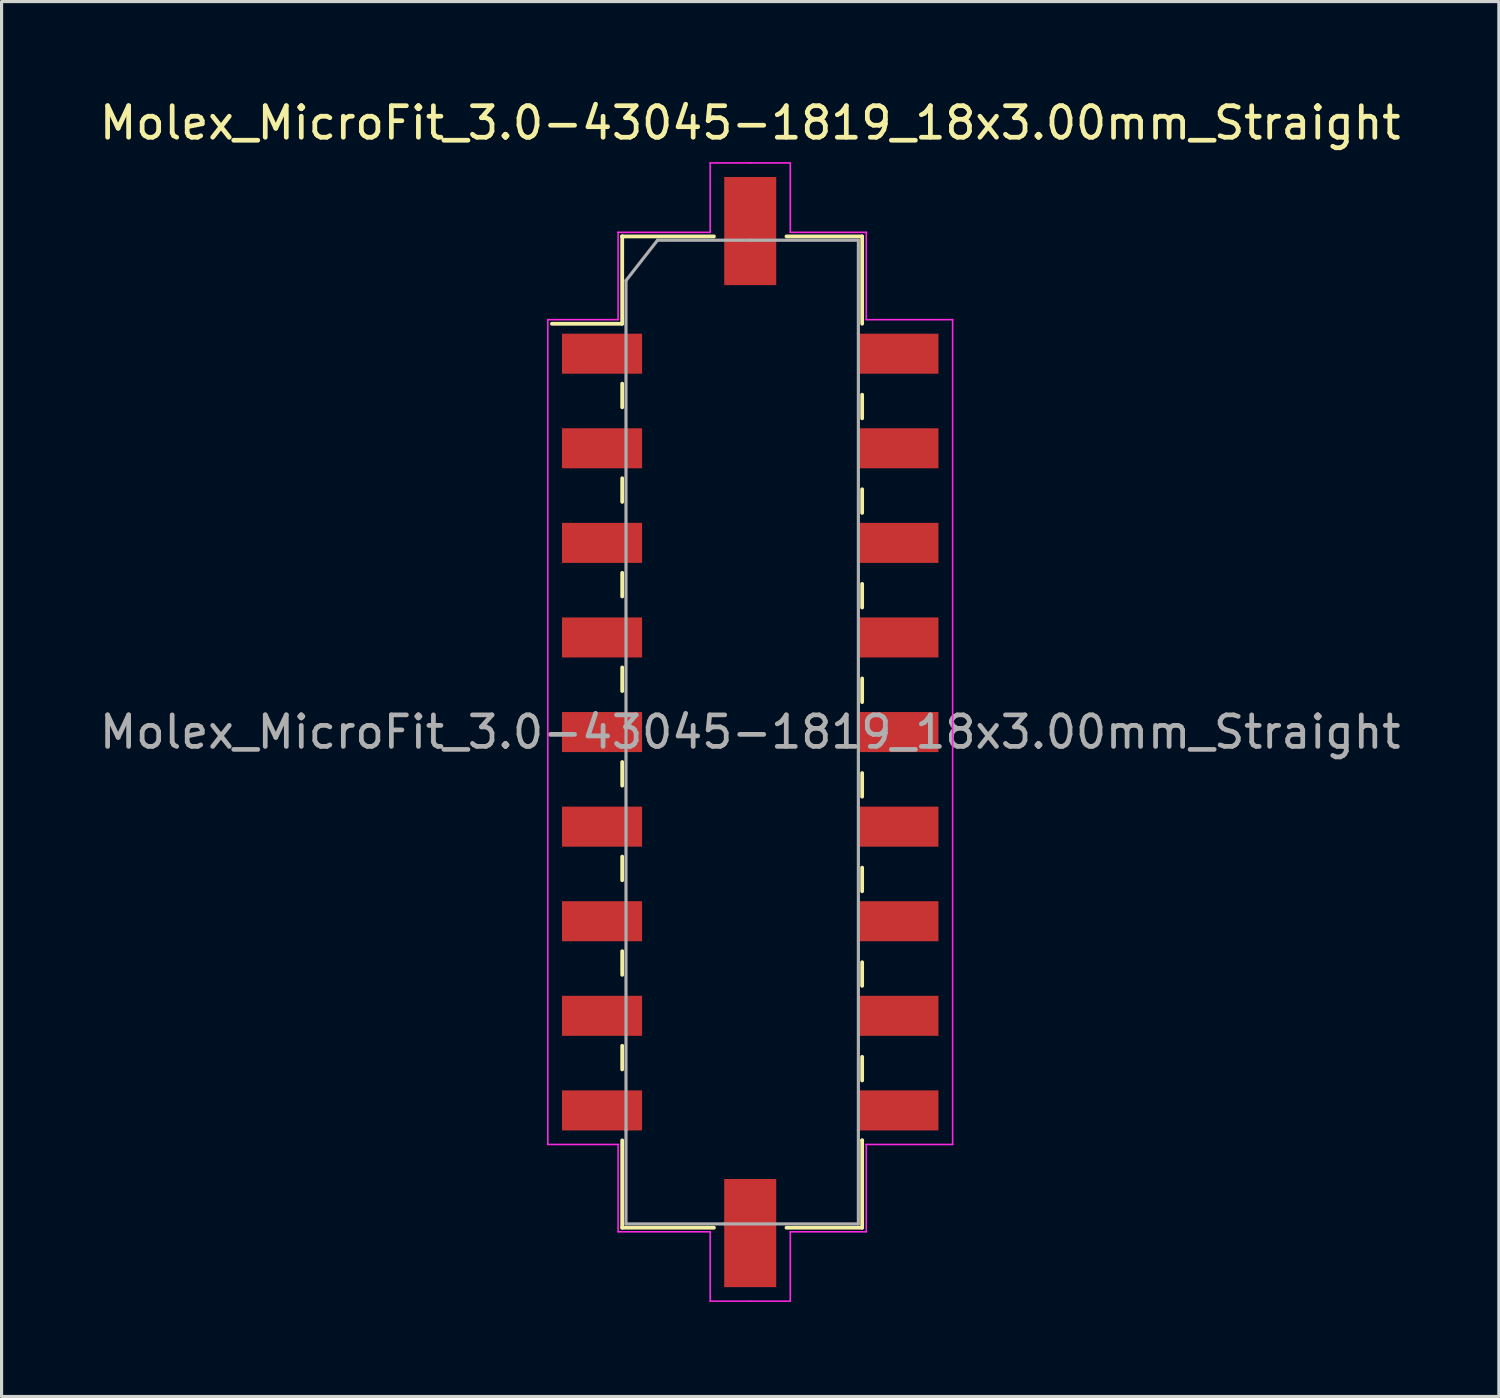
<source format=kicad_pcb>
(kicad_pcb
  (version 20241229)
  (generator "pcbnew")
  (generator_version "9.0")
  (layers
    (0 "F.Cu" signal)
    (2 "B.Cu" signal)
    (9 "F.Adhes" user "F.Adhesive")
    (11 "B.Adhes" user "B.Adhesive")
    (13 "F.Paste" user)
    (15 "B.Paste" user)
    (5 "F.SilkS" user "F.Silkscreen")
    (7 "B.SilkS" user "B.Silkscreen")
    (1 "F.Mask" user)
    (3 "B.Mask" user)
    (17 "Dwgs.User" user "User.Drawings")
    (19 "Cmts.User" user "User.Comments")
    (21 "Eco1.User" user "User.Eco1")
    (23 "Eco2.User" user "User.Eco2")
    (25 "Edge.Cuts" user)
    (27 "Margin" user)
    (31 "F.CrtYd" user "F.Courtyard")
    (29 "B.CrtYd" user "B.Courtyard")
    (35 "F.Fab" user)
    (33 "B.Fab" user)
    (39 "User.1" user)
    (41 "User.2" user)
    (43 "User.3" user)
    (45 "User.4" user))
  (footprint "Molex_MicroFit_3.0-43045-1819_18x3.00mm_Straight"
    (layer "F.Cu")
    (at 20.744 20.168)
    (property "Reference" "Molex_MicroFit_3.0-43045-1819_18x3.00mm_Straight" (at 0 -19.32 0) (layer "F.SilkS") (effects (font (size 1 1) (thickness 0.15))))
    (attr smd)
    (fp_line (start -6.29 -12.95) (end -4.06 -12.95) (stroke (width 0.12) (type solid)) (layer "F.SilkS"))
    (fp_line (start -4.06 -15.72) (end -4.06 -15.72) (stroke (width 0.12) (type solid)) (layer "F.SilkS"))
    (fp_line (start -4.06 -15.72) (end -1.15 -15.72) (stroke (width 0.12) (type solid)) (layer "F.SilkS"))
    (fp_line (start -4.06 -12.95) (end -4.06 -15.72) (stroke (width 0.12) (type solid)) (layer "F.SilkS"))
    (fp_line (start -4.06 -11.05) (end -4.06 -10.3) (stroke (width 0.12) (type solid)) (layer "F.SilkS"))
    (fp_line (start -4.06 -8.05) (end -4.06 -7.3) (stroke (width 0.12) (type solid)) (layer "F.SilkS"))
    (fp_line (start -4.06 -5.05) (end -4.06 -4.3) (stroke (width 0.12) (type solid)) (layer "F.SilkS"))
    (fp_line (start -4.06 -2.05) (end -4.06 -1.3) (stroke (width 0.12) (type solid)) (layer "F.SilkS"))
    (fp_line (start -4.06 0.95) (end -4.06 1.7) (stroke (width 0.12) (type solid)) (layer "F.SilkS"))
    (fp_line (start -4.06 3.95) (end -4.06 4.7) (stroke (width 0.12) (type solid)) (layer "F.SilkS"))
    (fp_line (start -4.06 6.95) (end -4.06 7.7) (stroke (width 0.12) (type solid)) (layer "F.SilkS"))
    (fp_line (start -4.06 9.95) (end -4.06 10.7) (stroke (width 0.12) (type solid)) (layer "F.SilkS"))
    (fp_line (start -4.06 15.72) (end -4.06 12.95) (stroke (width 0.12) (type solid)) (layer "F.SilkS"))
    (fp_line (start -1.15 15.72) (end -4.06 15.72) (stroke (width 0.12) (type solid)) (layer "F.SilkS"))
    (fp_line (start 1.15 -15.72) (end 3.55 -15.72) (stroke (width 0.12) (type solid)) (layer "F.SilkS"))
    (fp_line (start 3.55 -15.72) (end 3.55 -12.95) (stroke (width 0.12) (type solid)) (layer "F.SilkS"))
    (fp_line (start 3.55 -9.95) (end 3.55 -10.7) (stroke (width 0.12) (type solid)) (layer "F.SilkS"))
    (fp_line (start 3.55 -6.95) (end 3.55 -7.7) (stroke (width 0.12) (type solid)) (layer "F.SilkS"))
    (fp_line (start 3.55 -3.95) (end 3.55 -4.7) (stroke (width 0.12) (type solid)) (layer "F.SilkS"))
    (fp_line (start 3.55 -0.95) (end 3.55 -1.7) (stroke (width 0.12) (type solid)) (layer "F.SilkS"))
    (fp_line (start 3.55 2.05) (end 3.55 1.3) (stroke (width 0.12) (type solid)) (layer "F.SilkS"))
    (fp_line (start 3.55 5.05) (end 3.55 4.3) (stroke (width 0.12) (type solid)) (layer "F.SilkS"))
    (fp_line (start 3.55 8.05) (end 3.55 7.3) (stroke (width 0.12) (type solid)) (layer "F.SilkS"))
    (fp_line (start 3.55 11.05) (end 3.55 10.3) (stroke (width 0.12) (type solid)) (layer "F.SilkS"))
    (fp_line (start 3.55 12.95) (end 3.55 12.95) (stroke (width 0.12) (type solid)) (layer "F.SilkS"))
    (fp_line (start 3.55 12.95) (end 3.55 15.72) (stroke (width 0.12) (type solid)) (layer "F.SilkS"))
    (fp_line (start 3.55 15.72) (end 1.15 15.72) (stroke (width 0.12) (type solid)) (layer "F.SilkS"))
    (fp_line (start -6.42 -13.08) (end -4.19 -13.08) (stroke (width 0.05) (type solid)) (layer "F.CrtYd"))
    (fp_line (start -6.42 13.08) (end -6.42 -13.08) (stroke (width 0.05) (type solid)) (layer "F.CrtYd"))
    (fp_line (start -4.19 -15.85) (end -4.19 -15.85) (stroke (width 0.05) (type solid)) (layer "F.CrtYd"))
    (fp_line (start -4.19 -15.85) (end -1.27 -15.85) (stroke (width 0.05) (type solid)) (layer "F.CrtYd"))
    (fp_line (start -4.19 -13.08) (end -4.19 -15.85) (stroke (width 0.05) (type solid)) (layer "F.CrtYd"))
    (fp_line (start -4.19 13.08) (end -6.42 13.08) (stroke (width 0.05) (type solid)) (layer "F.CrtYd"))
    (fp_line (start -4.19 15.85) (end -4.19 13.08) (stroke (width 0.05) (type solid)) (layer "F.CrtYd"))
    (fp_line (start -1.27 -18.05) (end 0 -18.05) (stroke (width 0.05) (type solid)) (layer "F.CrtYd"))
    (fp_line (start -1.27 -15.85) (end -1.27 -18.05) (stroke (width 0.05) (type solid)) (layer "F.CrtYd"))
    (fp_line (start -1.27 15.85) (end -4.19 15.85) (stroke (width 0.05) (type solid)) (layer "F.CrtYd"))
    (fp_line (start -1.27 18.05) (end -1.27 15.85) (stroke (width 0.05) (type solid)) (layer "F.CrtYd"))
    (fp_line (start 0 -18.05) (end 1.27 -18.05) (stroke (width 0.05) (type solid)) (layer "F.CrtYd"))
    (fp_line (start 0 18.05) (end -1.27 18.05) (stroke (width 0.05) (type solid)) (layer "F.CrtYd"))
    (fp_line (start 1.27 -18.05) (end 1.27 -15.85) (stroke (width 0.05) (type solid)) (layer "F.CrtYd"))
    (fp_line (start 1.27 -15.85) (end 3.68 -15.85) (stroke (width 0.05) (type solid)) (layer "F.CrtYd"))
    (fp_line (start 1.27 15.85) (end 1.27 18.05) (stroke (width 0.05) (type solid)) (layer "F.CrtYd"))
    (fp_line (start 1.27 18.05) (end 0 18.05) (stroke (width 0.05) (type solid)) (layer "F.CrtYd"))
    (fp_line (start 3.68 -15.85) (end 3.68 -13.08) (stroke (width 0.05) (type solid)) (layer "F.CrtYd"))
    (fp_line (start 3.68 -13.08) (end 6.42 -13.08) (stroke (width 0.05) (type solid)) (layer "F.CrtYd"))
    (fp_line (start 3.68 13.08) (end 3.68 13.08) (stroke (width 0.05) (type solid)) (layer "F.CrtYd"))
    (fp_line (start 3.68 13.08) (end 3.68 15.85) (stroke (width 0.05) (type solid)) (layer "F.CrtYd"))
    (fp_line (start 3.68 15.85) (end 1.27 15.85) (stroke (width 0.05) (type solid)) (layer "F.CrtYd"))
    (fp_line (start 6.42 -13.08) (end 6.42 13.08) (stroke (width 0.05) (type solid)) (layer "F.CrtYd"))
    (fp_line (start 6.42 13.08) (end 3.68 13.08) (stroke (width 0.05) (type solid)) (layer "F.CrtYd"))
    (fp_line (start -3.94 -14.32) (end -2.94 -15.6) (stroke (width 0.1) (type solid)) (layer "F.Fab"))
    (fp_line (start -3.94 12.63) (end -3.94 -14.32) (stroke (width 0.1) (type solid)) (layer "F.Fab"))
    (fp_line (start -3.94 15.6) (end -3.94 12.63) (stroke (width 0.1) (type solid)) (layer "F.Fab"))
    (fp_line (start -2.94 -15.6) (end 0 -15.6) (stroke (width 0.1) (type solid)) (layer "F.Fab"))
    (fp_line (start -0.82 15.6) (end -3.94 15.6) (stroke (width 0.1) (type solid)) (layer "F.Fab"))
    (fp_line (start 0 -15.6) (end 3.43 -15.6) (stroke (width 0.1) (type solid)) (layer "F.Fab"))
    (fp_line (start 3.43 -15.6) (end 3.43 -12.63) (stroke (width 0.1) (type solid)) (layer "F.Fab"))
    (fp_line (start 3.43 -12.63) (end 3.43 12.63) (stroke (width 0.1) (type solid)) (layer "F.Fab"))
    (fp_line (start 3.43 12.63) (end 3.43 15.6) (stroke (width 0.1) (type solid)) (layer "F.Fab"))
    (fp_line (start 3.43 15.6) (end -0.82 15.6) (stroke (width 0.1) (type solid)) (layer "F.Fab"))
    (fp_text user "${REFERENCE}" (at 0 0 0) (layer "F.Fab") (effects (font (size 1 1) (thickness 0.15))))
    (pad "" smd rect (at 0 -15.89) (size 1.65 3.43) (layers "F.Cu" "F.Mask" "F.Paste"))
    (pad "" smd rect (at 0 15.89) (size 1.65 3.43) (layers "F.Cu" "F.Mask" "F.Paste"))
    (pad "1" smd rect (at -4.7 -12) (size 2.54 1.27) (layers "F.Cu" "F.Mask" "F.Paste"))
    (pad "2" smd rect (at -4.7 -9) (size 2.54 1.27) (layers "F.Cu" "F.Mask" "F.Paste"))
    (pad "3" smd rect (at -4.7 -6) (size 2.54 1.27) (layers "F.Cu" "F.Mask" "F.Paste"))
    (pad "4" smd rect (at -4.7 -3) (size 2.54 1.27) (layers "F.Cu" "F.Mask" "F.Paste"))
    (pad "5" smd rect (at -4.7 0) (size 2.54 1.27) (layers "F.Cu" "F.Mask" "F.Paste"))
    (pad "6" smd rect (at -4.7 3) (size 2.54 1.27) (layers "F.Cu" "F.Mask" "F.Paste"))
    (pad "7" smd rect (at -4.7 6) (size 2.54 1.27) (layers "F.Cu" "F.Mask" "F.Paste"))
    (pad "8" smd rect (at -4.7 9) (size 2.54 1.27) (layers "F.Cu" "F.Mask" "F.Paste"))
    (pad "9" smd rect (at -4.7 12) (size 2.54 1.27) (layers "F.Cu" "F.Mask" "F.Paste"))
    (pad "10" smd rect (at 4.7 12) (size 2.54 1.27) (layers "F.Cu" "F.Mask" "F.Paste"))
    (pad "11" smd rect (at 4.7 9) (size 2.54 1.27) (layers "F.Cu" "F.Mask" "F.Paste"))
    (pad "12" smd rect (at 4.7 6) (size 2.54 1.27) (layers "F.Cu" "F.Mask" "F.Paste"))
    (pad "13" smd rect (at 4.7 3) (size 2.54 1.27) (layers "F.Cu" "F.Mask" "F.Paste"))
    (pad "14" smd rect (at 4.7 0) (size 2.54 1.27) (layers "F.Cu" "F.Mask" "F.Paste"))
    (pad "15" smd rect (at 4.7 -3) (size 2.54 1.27) (layers "F.Cu" "F.Mask" "F.Paste"))
    (pad "16" smd rect (at 4.7 -6) (size 2.54 1.27) (layers "F.Cu" "F.Mask" "F.Paste"))
    (pad "17" smd rect (at 4.7 -9) (size 2.54 1.27) (layers "F.Cu" "F.Mask" "F.Paste"))
    (pad "18" smd rect (at 4.7 -12) (size 2.54 1.27) (layers "F.Cu" "F.Mask" "F.Paste")))
  (gr_rect
    (start -3 -3)
    (end 44.488 41.243)
    (stroke (width 0.1) (type default))
    (fill no)
    (layer "Edge.Cuts")))
</source>
